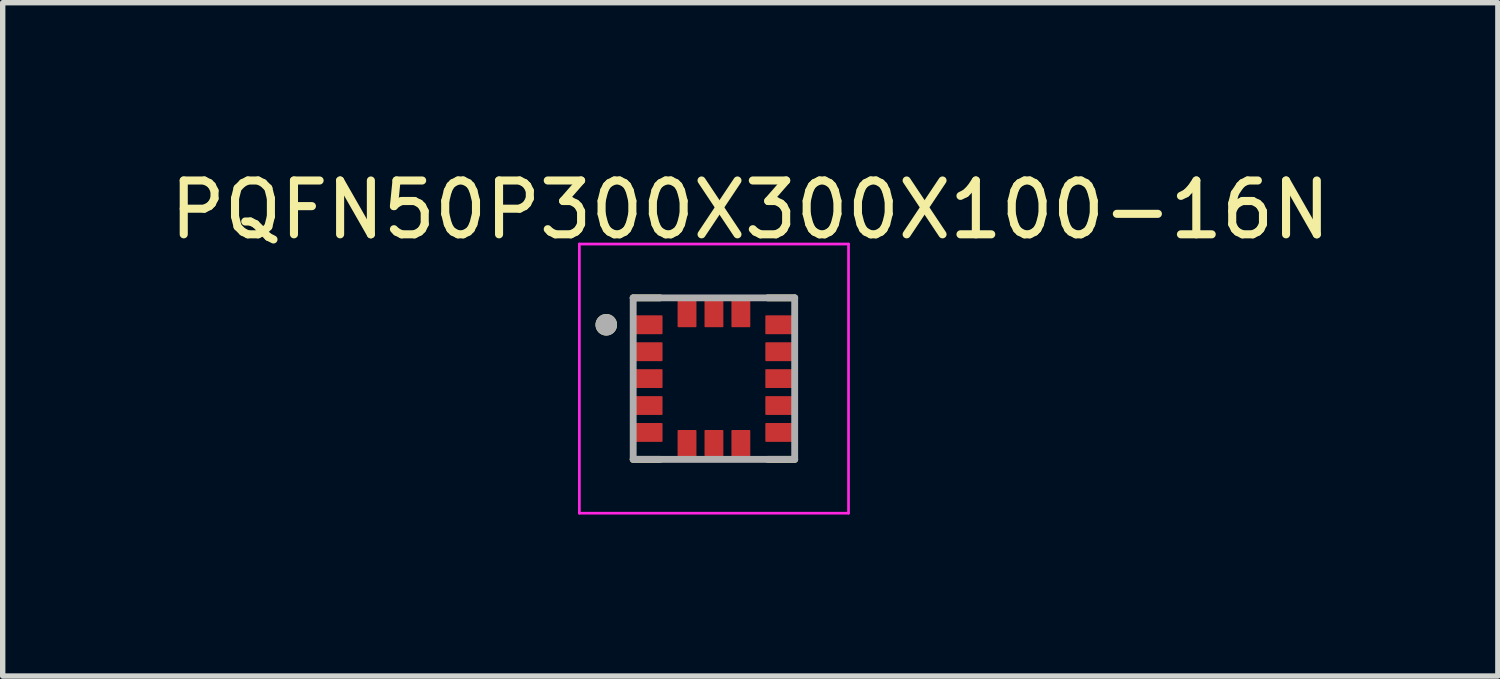
<source format=kicad_pcb>
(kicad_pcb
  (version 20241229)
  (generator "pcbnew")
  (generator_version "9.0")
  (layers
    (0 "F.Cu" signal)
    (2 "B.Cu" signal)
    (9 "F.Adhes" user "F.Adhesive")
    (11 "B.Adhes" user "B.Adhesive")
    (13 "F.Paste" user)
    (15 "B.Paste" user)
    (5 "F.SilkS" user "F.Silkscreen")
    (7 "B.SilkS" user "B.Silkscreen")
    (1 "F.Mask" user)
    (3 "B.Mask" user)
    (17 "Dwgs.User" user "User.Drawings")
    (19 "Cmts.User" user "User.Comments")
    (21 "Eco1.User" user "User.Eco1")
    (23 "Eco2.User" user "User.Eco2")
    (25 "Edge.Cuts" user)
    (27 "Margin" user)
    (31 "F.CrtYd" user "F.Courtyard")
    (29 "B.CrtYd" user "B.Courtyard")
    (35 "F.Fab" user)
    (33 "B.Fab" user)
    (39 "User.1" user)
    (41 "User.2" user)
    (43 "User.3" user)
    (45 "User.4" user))
  (footprint "PQFN50P300X300X100-16N"
    (layer "F.Cu")
    (at 10.212 3.983)
    (property "Reference" "PQFN50P300X300X100-16N" (at 0.675 -3.135 0) (layer "F.SilkS") (effects (font (size 1 1) (thickness 0.15))))
    (attr through_hole)
    (fp_line (start -1.5 -1.5) (end -1 -1.5) (stroke (width 0.127) (type solid)) (layer "F.SilkS"))
    (fp_line (start -1.5 1.5) (end -1 1.5) (stroke (width 0.127) (type solid)) (layer "F.SilkS"))
    (fp_line (start 1.5 -1.5) (end 1 -1.5) (stroke (width 0.127) (type solid)) (layer "F.SilkS"))
    (fp_line (start 1.5 1.5) (end 1 1.5) (stroke (width 0.127) (type solid)) (layer "F.SilkS"))
    (fp_circle (center -2 -1) (end -1.9 -1) (stroke (width 0.2) (type solid)) (fill no) (layer "F.SilkS"))
    (fp_line (start -2.5 -2.5) (end 2.5 -2.5) (stroke (width 0.05) (type solid)) (layer "F.CrtYd"))
    (fp_line (start -2.5 2.5) (end -2.5 -2.5) (stroke (width 0.05) (type solid)) (layer "F.CrtYd"))
    (fp_line (start -2.5 2.5) (end 2.5 2.5) (stroke (width 0.05) (type solid)) (layer "F.CrtYd"))
    (fp_line (start 2.5 2.5) (end 2.5 -2.5) (stroke (width 0.05) (type solid)) (layer "F.CrtYd"))
    (fp_line (start -1.5 1.5) (end -1.5 -1.5) (stroke (width 0.127) (type solid)) (layer "F.Fab"))
    (fp_line (start 1.5 -1.5) (end -1.5 -1.5) (stroke (width 0.127) (type solid)) (layer "F.Fab"))
    (fp_line (start 1.5 1.5) (end -1.5 1.5) (stroke (width 0.127) (type solid)) (layer "F.Fab"))
    (fp_line (start 1.5 1.5) (end 1.5 -1.5) (stroke (width 0.127) (type solid)) (layer "F.Fab"))
    (fp_circle (center -2 -1) (end -1.9 -1) (stroke (width 0.2) (type solid)) (fill no) (layer "F.Fab"))
    (pad "1" smd roundrect (at -1.22 -1) (size 0.53 0.35) (layers "F.Cu" "F.Mask" "F.Paste") (roundrect_rratio 0.04))
    (pad "2" smd roundrect (at -1.22 -0.5) (size 0.53 0.35) (layers "F.Cu" "F.Mask" "F.Paste") (roundrect_rratio 0.04))
    (pad "3" smd roundrect (at -1.22 0) (size 0.53 0.35) (layers "F.Cu" "F.Mask" "F.Paste") (roundrect_rratio 0.04))
    (pad "4" smd roundrect (at -1.22 0.5) (size 0.53 0.35) (layers "F.Cu" "F.Mask" "F.Paste") (roundrect_rratio 0.04))
    (pad "5" smd roundrect (at -1.22 1) (size 0.53 0.35) (layers "F.Cu" "F.Mask" "F.Paste") (roundrect_rratio 0.04))
    (pad "6" smd roundrect (at -0.5 1.22 90) (size 0.53 0.35) (layers "F.Cu" "F.Mask" "F.Paste") (roundrect_rratio 0.04))
    (pad "7" smd roundrect (at 0 1.22 90) (size 0.53 0.35) (layers "F.Cu" "F.Mask" "F.Paste") (roundrect_rratio 0.04))
    (pad "8" smd roundrect (at 0.5 1.22 90) (size 0.53 0.35) (layers "F.Cu" "F.Mask" "F.Paste") (roundrect_rratio 0.04))
    (pad "9" smd roundrect (at 1.22 1) (size 0.53 0.35) (layers "F.Cu" "F.Mask" "F.Paste") (roundrect_rratio 0.04))
    (pad "10" smd roundrect (at 1.22 0.5) (size 0.53 0.35) (layers "F.Cu" "F.Mask" "F.Paste") (roundrect_rratio 0.04))
    (pad "11" smd roundrect (at 1.22 0) (size 0.53 0.35) (layers "F.Cu" "F.Mask" "F.Paste") (roundrect_rratio 0.04))
    (pad "12" smd roundrect (at 1.22 -0.5) (size 0.53 0.35) (layers "F.Cu" "F.Mask" "F.Paste") (roundrect_rratio 0.04))
    (pad "13" smd roundrect (at 1.22 -1) (size 0.53 0.35) (layers "F.Cu" "F.Mask" "F.Paste") (roundrect_rratio 0.04))
    (pad "14" smd roundrect (at 0.5 -1.22 90) (size 0.53 0.35) (layers "F.Cu" "F.Mask" "F.Paste") (roundrect_rratio 0.04))
    (pad "15" smd roundrect (at 0 -1.22 90) (size 0.53 0.35) (layers "F.Cu" "F.Mask" "F.Paste") (roundrect_rratio 0.04))
    (pad "16" smd roundrect (at -0.5 -1.22 90) (size 0.53 0.35) (layers "F.Cu" "F.Mask" "F.Paste") (roundrect_rratio 0.04)))
  (gr_rect
    (start -3 -3)
    (end 24.774 9.508)
    (stroke (width 0.1) (type default))
    (fill no)
    (layer "Edge.Cuts")))
</source>
